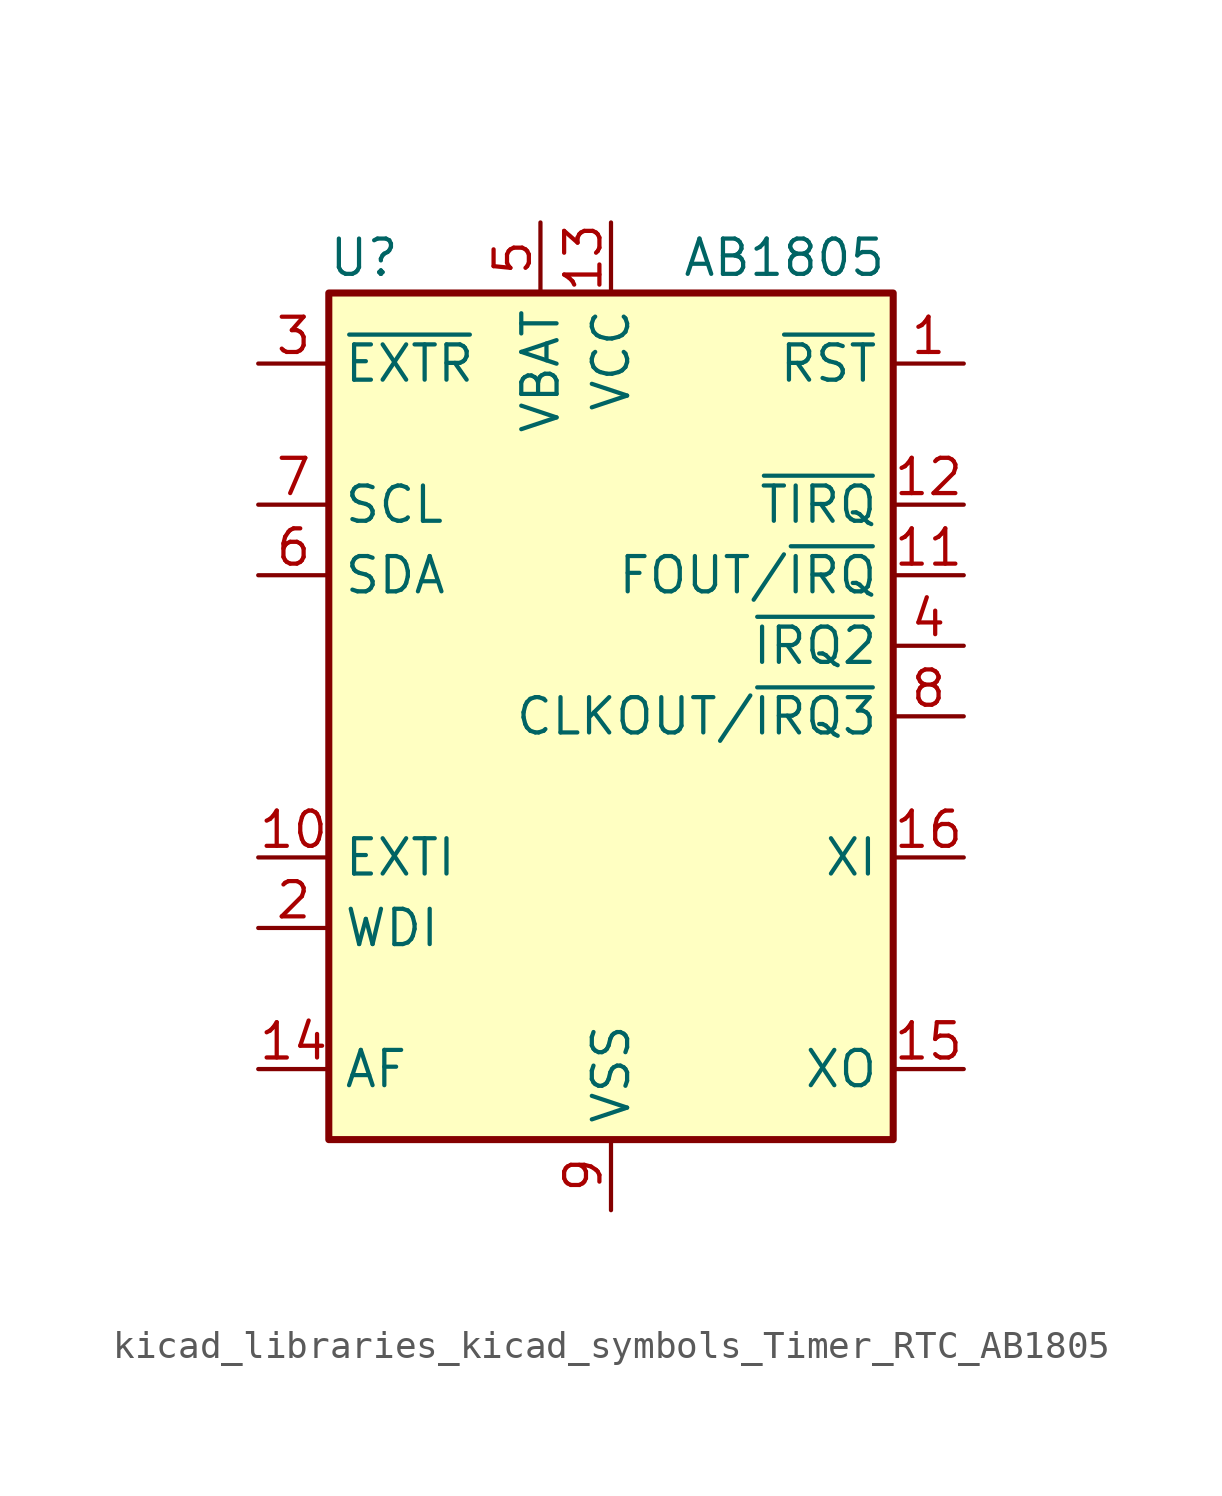
<source format=kicad_sym>
(kicad_symbol_lib
  (version 20220914)
  (generator kicad_symbol_editor)
  (symbol "kicad_libraries_kicad_symbols_Timer_RTC_AB1805"
    (property "Reference" "U"
      (at -8.89 16.51 0)
      (effects (font (size 1.27 1.27))))
    (property "Value" "AB1805"
      (at 2.54 16.51 0)
      (effects (font (size 1.27 1.27)) (justify left)))
    (symbol "kicad_libraries_kicad_symbols_Timer_RTC_AB1805_0_1"
      (rectangle (start -10.16 15.24) (end 10.16 -15.24) (stroke (width 0.254) (type default)) (fill (type background))))
    (symbol "kicad_libraries_kicad_symbols_Timer_RTC_AB1805_1_1"
      (pin open_collector line (at 12.7 12.7 180) (length 2.54) (name "~{RST}" (effects (font (size 1.27 1.27)))) (number "1" (effects (font (size 1.27 1.27)))))
      (pin input line (at -12.7 -5.08 0) (length 2.54) (name "EXTI" (effects (font (size 1.27 1.27)))) (number "10" (effects (font (size 1.27 1.27)))))
      (pin open_collector line (at 12.7 5.08 180) (length 2.54) (name "FOUT/~{IRQ}" (effects (font (size 1.27 1.27)))) (number "11" (effects (font (size 1.27 1.27)))))
      (pin open_collector line (at 12.7 7.62 180) (length 2.54) (name "~{TIRQ}" (effects (font (size 1.27 1.27)))) (number "12" (effects (font (size 1.27 1.27)))))
      (pin power_in line (at 0 17.78 270) (length 2.54) (name "VCC" (effects (font (size 1.27 1.27)))) (number "13" (effects (font (size 1.27 1.27)))))
      (pin passive line (at -12.7 -12.7 0) (length 2.54) (name "AF" (effects (font (size 1.27 1.27)))) (number "14" (effects (font (size 1.27 1.27)))))
      (pin output line (at 12.7 -12.7 180) (length 2.54) (name "XO" (effects (font (size 1.27 1.27)))) (number "15" (effects (font (size 1.27 1.27)))))
      (pin input line (at 12.7 -5.08 180) (length 2.54) (name "XI" (effects (font (size 1.27 1.27)))) (number "16" (effects (font (size 1.27 1.27)))))
      (pin passive line (at 0 -17.78 90) (length 2.54) hide (name "VSS" (effects (font (size 1.27 1.27)))) (number "17" (effects (font (size 1.27 1.27)))))
      (pin input line (at -12.7 -7.62 0) (length 2.54) (name "WDI" (effects (font (size 1.27 1.27)))) (number "2" (effects (font (size 1.27 1.27)))))
      (pin input line (at -12.7 12.7 0) (length 2.54) (name "~{EXTR}" (effects (font (size 1.27 1.27)))) (number "3" (effects (font (size 1.27 1.27)))))
      (pin open_collector line (at 12.7 2.54 180) (length 2.54) (name "~{IRQ2}" (effects (font (size 1.27 1.27)))) (number "4" (effects (font (size 1.27 1.27)))))
      (pin power_in line (at -2.54 17.78 270) (length 2.54) (name "VBAT" (effects (font (size 1.27 1.27)))) (number "5" (effects (font (size 1.27 1.27)))))
      (pin bidirectional line (at -12.7 5.08 0) (length 2.54) (name "SDA" (effects (font (size 1.27 1.27)))) (number "6" (effects (font (size 1.27 1.27)))))
      (pin input line (at -12.7 7.62 0) (length 2.54) (name "SCL" (effects (font (size 1.27 1.27)))) (number "7" (effects (font (size 1.27 1.27)))))
      (pin output line (at 12.7 0 180) (length 2.54) (name "CLKOUT/~{IRQ3}" (effects (font (size 1.27 1.27)))) (number "8" (effects (font (size 1.27 1.27)))))
      (pin power_in line (at 0 -17.78 90) (length 2.54) (name "VSS" (effects (font (size 1.27 1.27)))) (number "9" (effects (font (size 1.27 1.27))))))))
</source>
